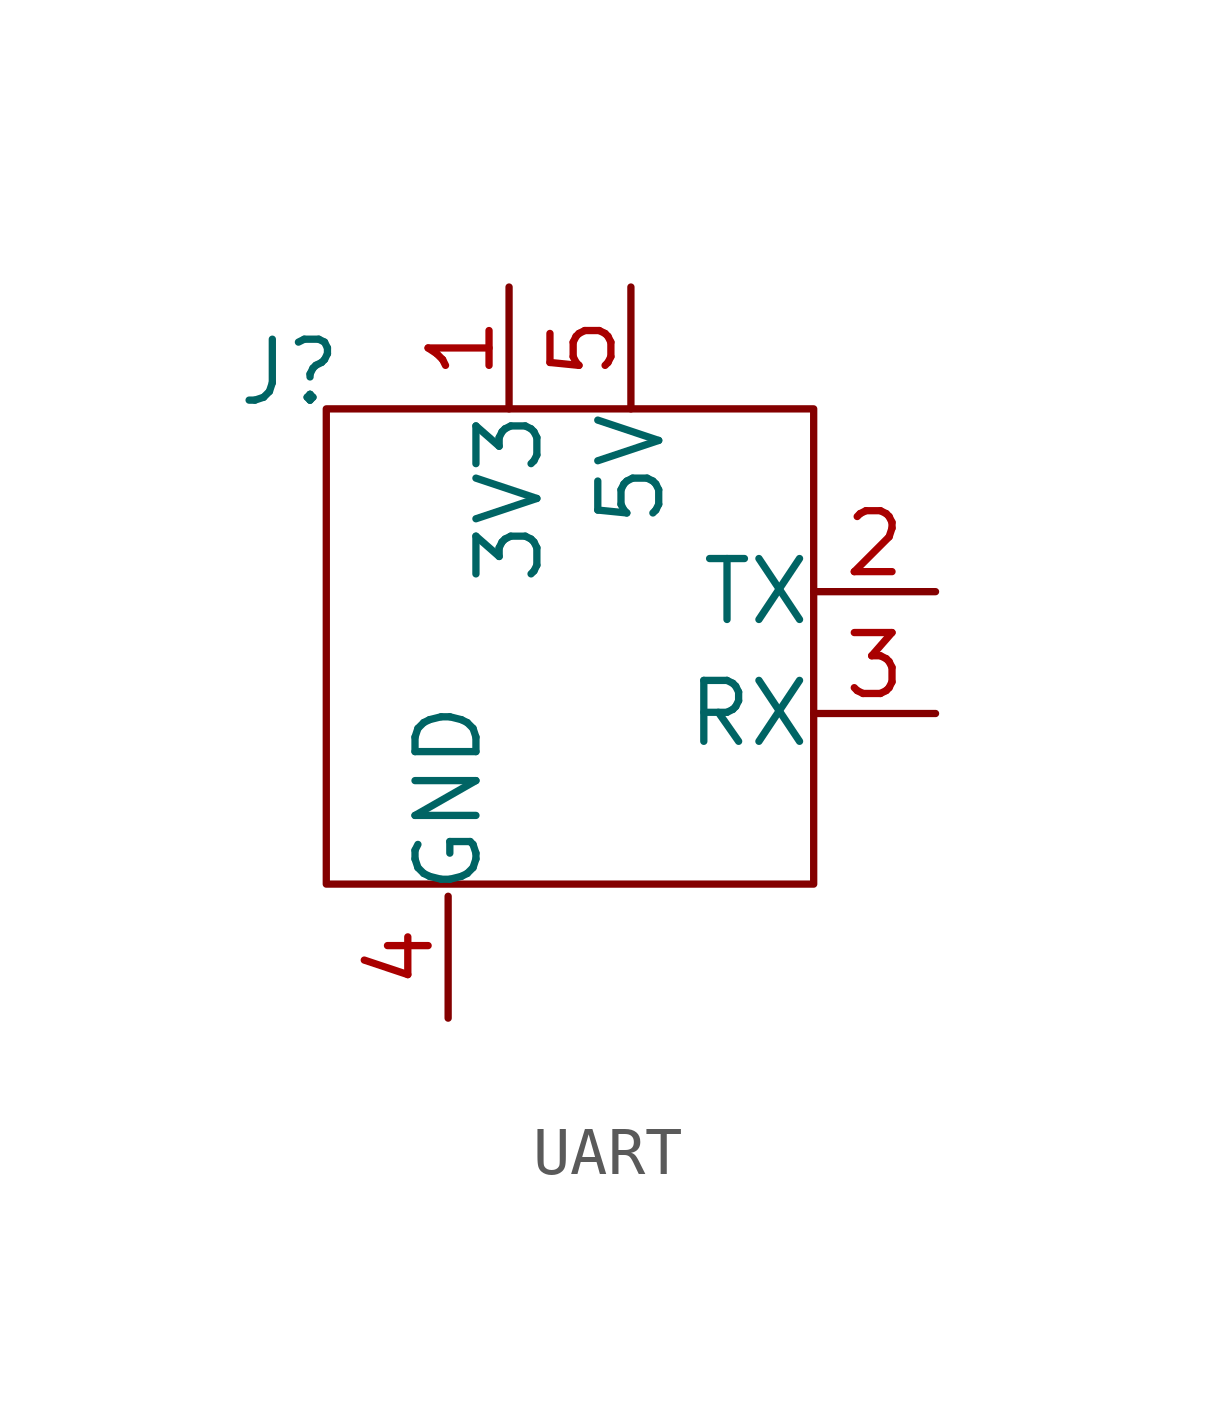
<source format=kicad_sym>
(kicad_symbol_lib
  (version 20231120)
  (generator "kicad_symbol_editor")
  (generator_version "8.0")
  (symbol "UART"
    (pin_names
      (offset 0.013))
    (property "Reference" "J"
      (at -0.762 0.762 0)
      (effects (font (size 1.27 1.27))))
    (property "Value" ""
      (at 0 0 0)
      (effects (font (size 1.27 1.27))))
    (symbol "UART_0_1"
      (rectangle (start 0 0) (end 10.16 -9.906) (stroke (width 0) (type default)) (fill (type none))))
    (symbol "UART_1_1"
      (pin power_out line (at 3.81 2.54 270) (length 2.54) (name "3V3" (effects (font (size 1.27 1.27)))) (number "1" (effects (font (size 1.27 1.27)))))
      (pin output line (at 12.7 -3.81 180) (length 2.54) (name "TX" (effects (font (size 1.27 1.27)))) (number "2" (effects (font (size 1.27 1.27)))))
      (pin input line (at 12.7 -6.35 180) (length 2.54) (name "RX" (effects (font (size 1.27 1.27)))) (number "3" (effects (font (size 1.27 1.27)))))
      (pin power_out line (at 2.54 -12.7 90) (length 2.54) (name "GND" (effects (font (size 1.27 1.27)))) (number "4" (effects (font (size 1.27 1.27)))))
      (pin power_out line (at 6.35 2.54 270) (length 2.54) (name "5V" (effects (font (size 1.27 1.27)))) (number "5" (effects (font (size 1.27 1.27))))))))
</source>
